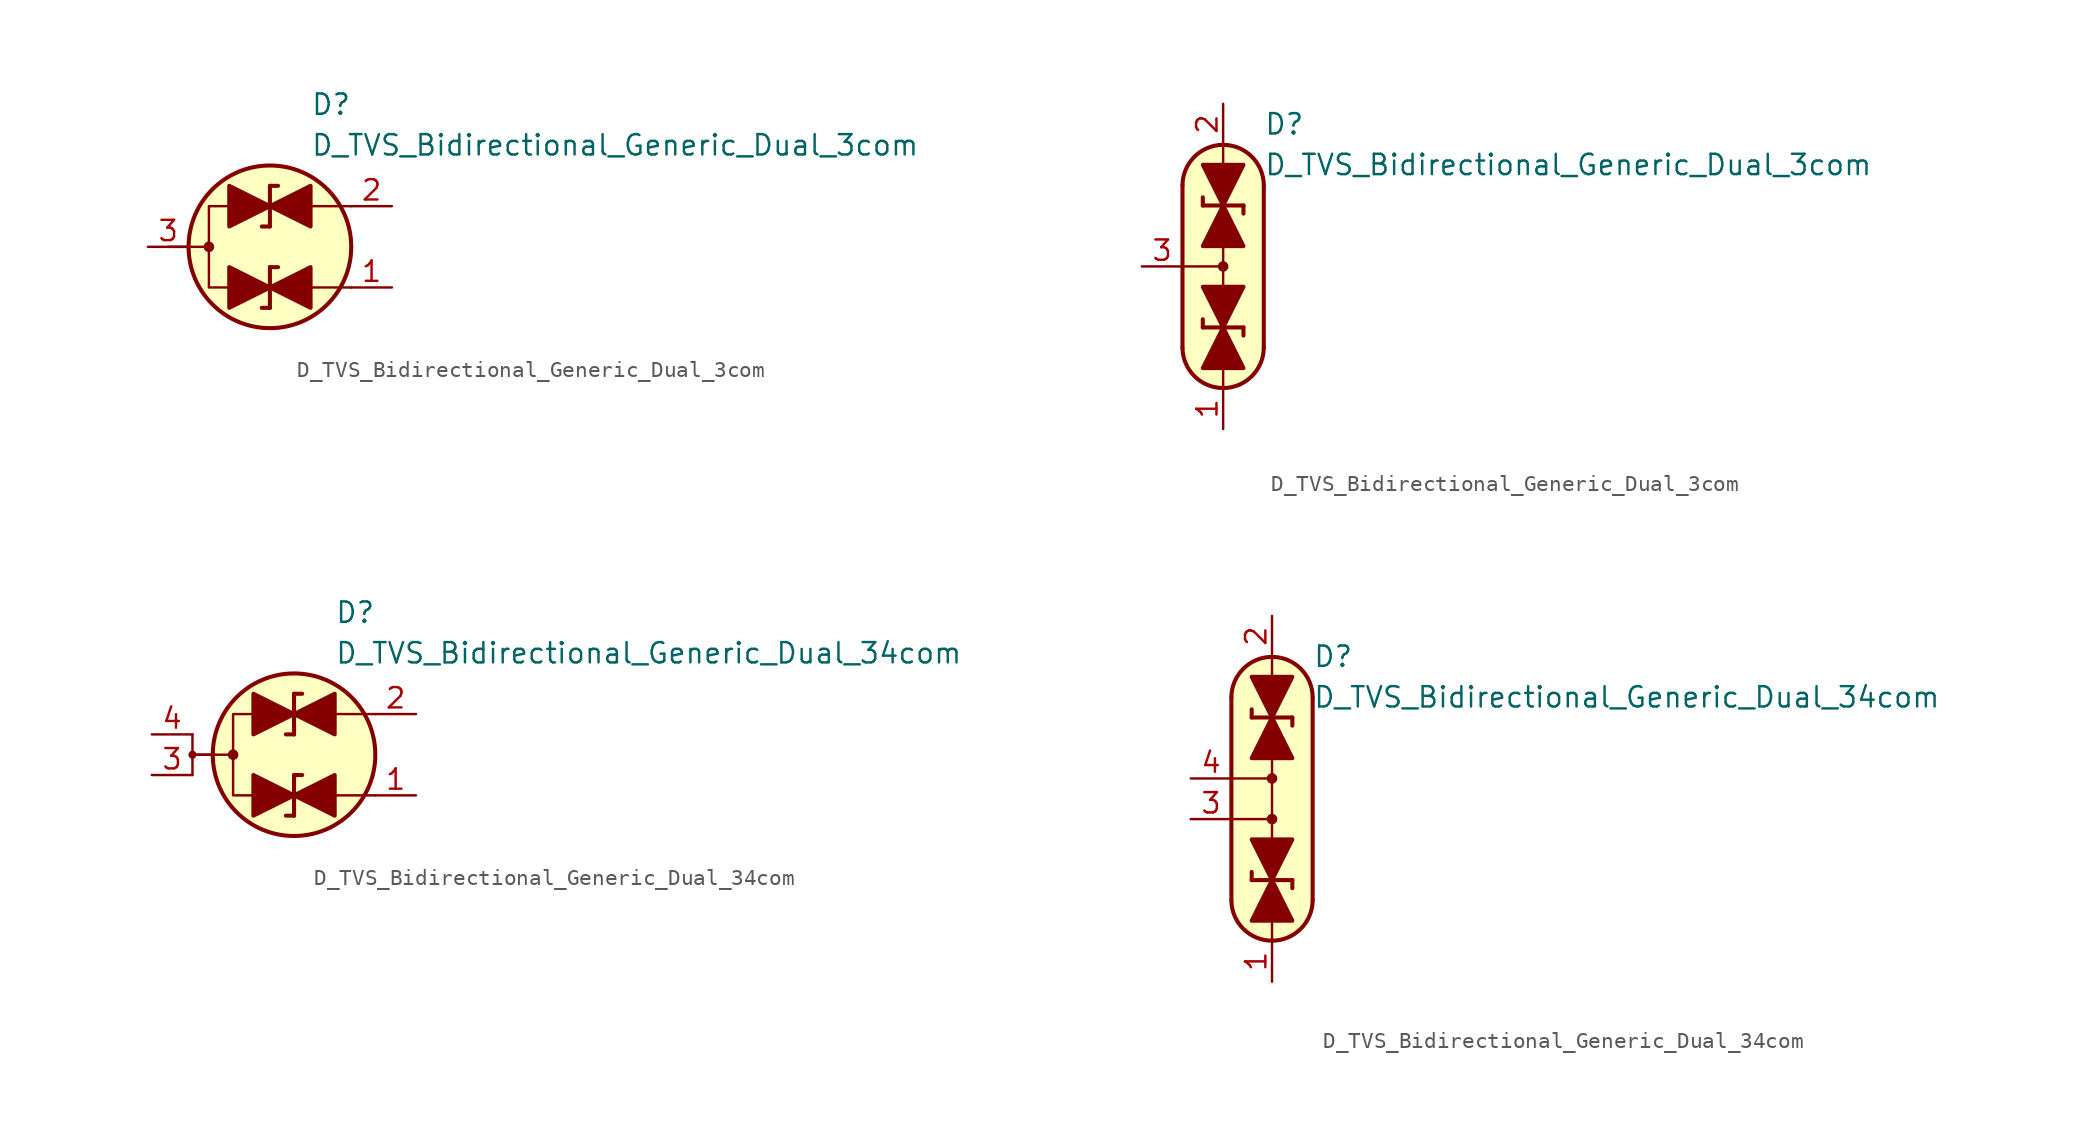
<source format=kicad_sym>
(kicad_symbol_lib
  (version 20231120)
  (generator "kicad_symbol_editor")
  (generator_version "8.0")
  (symbol "D_TVS_Bidirectional_Generic_Dual_3com"
    (pin_names
      (offset 1.016) hide)
    (property "Reference" "D"
      (at 2.54 8.89 0)
      (effects (font (size 1.27 1.27)) (justify left)))
    (property "Value" "D_TVS_Bidirectional_Generic_Dual_3com"
      (at 2.54 6.35 0)
      (effects (font (size 1.27 1.27)) (justify left)))
    (symbol "D_TVS_Bidirectional_Generic_Dual_3com_0_1"
      (circle (center -3.81 0) (radius 0.254) (stroke (width 0) (type default)) (fill (type outline)))
      (polyline (pts (xy -6.35 0) (xy -3.81 0)) (stroke (width 0) (type default)) (fill (type none)))
      (polyline (pts (xy 2.54 -2.54) (xy 5.08 -2.54)) (stroke (width 0) (type default)) (fill (type none)))
      (polyline (pts (xy 2.54 2.54) (xy 5.08 2.54)) (stroke (width 0) (type default)) (fill (type none)))
      (polyline (pts (xy -2.54 2.54) (xy -3.81 2.54) (xy -3.81 -2.54) (xy -2.54 -2.54)) (stroke (width 0) (type default)) (fill (type none)))
      (circle (center 0 0) (radius 5.08) (stroke (width 0.254) (type default)) (fill (type background))))
    (symbol "D_TVS_Bidirectional_Generic_Dual_3com_0_2"
      (arc (start -2.54 -5.08) (mid 0 -7.5976) (end 2.54 -5.08) (stroke (width 0.254) (type default)) (fill (type none)))
      (polyline (pts (xy -2.54 0) (xy 0 0)) (stroke (width 0) (type default)) (fill (type none)))
      (polyline (pts (xy -2.54 5.08) (xy -2.54 -5.08)) (stroke (width 0.254) (type default)) (fill (type none)))
      (polyline (pts (xy 0 -6.35) (xy 0 -7.62)) (stroke (width 0) (type default)) (fill (type none)))
      (polyline (pts (xy 0 1.27) (xy 0 -1.27)) (stroke (width 0) (type default)) (fill (type none)))
      (polyline (pts (xy 0 6.35) (xy 0 7.62)) (stroke (width 0) (type default)) (fill (type none)))
      (polyline (pts (xy 2.54 -5.08) (xy 2.54 5.08)) (stroke (width 0.254) (type default)) (fill (type none)))
      (polyline (pts (xy 0 -7.62) (xy -1.016 -7.366) (xy -1.778 -6.858) (xy -2.286 -6.096) (xy -2.54 -5.588) (xy -2.54 5.334) (xy -2.286 6.096) (xy -2.032 6.604) (xy -1.524 7.112) (xy -0.254 7.62) (xy 0.254 7.62) (xy 1.524 7.112) (xy 2.032 6.604) (xy 2.286 6.096) (xy 2.54 5.334) (xy 2.54 0.254) (xy 2.54 -5.334) (xy 2.286 -6.096) (xy 2.032 -6.604) (xy 1.524 -7.112) (xy 1.016 -7.366) (xy 0 -7.62)) (stroke (width 0.01) (type default)) (fill (type background)))
      (circle (center 0 0) (radius 0.254) (stroke (width 0) (type default)) (fill (type outline)))
      (arc (start 2.54 5.08) (mid 0 7.5976) (end -2.54 5.08) (stroke (width 0.254) (type default)) (fill (type none))))
    (symbol "D_TVS_Bidirectional_Generic_Dual_3com_1_1"
      (polyline (pts (xy -1.27 -2.54) (xy 1.27 -2.54)) (stroke (width 0) (type default)) (fill (type none)))
      (polyline (pts (xy -1.27 2.54) (xy 1.27 2.54)) (stroke (width 0) (type default)) (fill (type none)))
      (polyline (pts (xy 0 -3.81) (xy -0.508 -3.81)) (stroke (width 0.254) (type default)) (fill (type none)))
      (polyline (pts (xy 0 -3.81) (xy 0 -1.27)) (stroke (width 0.254) (type default)) (fill (type none)))
      (polyline (pts (xy 0 -1.27) (xy 0.508 -1.27)) (stroke (width 0.254) (type default)) (fill (type none)))
      (polyline (pts (xy 0 1.27) (xy -0.508 1.27)) (stroke (width 0.254) (type default)) (fill (type none)))
      (polyline (pts (xy 0 1.27) (xy 0 3.81)) (stroke (width 0.254) (type default)) (fill (type none)))
      (polyline (pts (xy 0 3.81) (xy 0.508 3.81)) (stroke (width 0.254) (type default)) (fill (type none)))
      (polyline (pts (xy -2.54 -3.81) (xy -2.54 -1.27) (xy 0 -2.54) (xy -2.54 -3.81)) (stroke (width 0.254) (type default)) (fill (type outline)))
      (polyline (pts (xy -2.54 1.27) (xy -2.54 3.81) (xy 0 2.54) (xy -2.54 1.27)) (stroke (width 0.254) (type default)) (fill (type outline)))
      (polyline (pts (xy 0 -2.54) (xy 2.54 -3.81) (xy 2.54 -1.27) (xy 0 -2.54)) (stroke (width 0.254) (type default)) (fill (type outline)))
      (polyline (pts (xy 0 2.54) (xy 2.54 1.27) (xy 2.54 3.81) (xy 0 2.54)) (stroke (width 0.254) (type default)) (fill (type outline)))
      (pin passive line (at 7.62 -2.54 180) (length 2.54) (name "A1" (effects (font (size 1.27 1.27)))) (number "1" (effects (font (size 1.27 1.27)))))
      (pin passive line (at 7.62 2.54 180) (length 2.54) (name "A2" (effects (font (size 1.27 1.27)))) (number "2" (effects (font (size 1.27 1.27)))))
      (pin passive line (at -7.62 0 0) (length 2.54) (name "Com" (effects (font (size 1.27 1.27)))) (number "3" (effects (font (size 1.27 1.27))))))
    (symbol "D_TVS_Bidirectional_Generic_Dual_3com_1_2"
      (polyline (pts (xy -1.27 -3.81) (xy -1.27 -3.302)) (stroke (width 0.254) (type default)) (fill (type none)))
      (polyline (pts (xy -1.27 3.81) (xy -1.27 4.318)) (stroke (width 0.254) (type default)) (fill (type none)))
      (polyline (pts (xy 1.27 -3.81) (xy -1.27 -3.81)) (stroke (width 0.254) (type default)) (fill (type none)))
      (polyline (pts (xy 1.27 -3.81) (xy 1.27 -4.318)) (stroke (width 0.254) (type default)) (fill (type none)))
      (polyline (pts (xy 1.27 3.81) (xy -1.27 3.81)) (stroke (width 0.254) (type default)) (fill (type none)))
      (polyline (pts (xy 1.27 3.81) (xy 1.27 3.302)) (stroke (width 0.254) (type default)) (fill (type none)))
      (polyline (pts (xy 0 -3.81) (xy 1.27 -1.27) (xy -1.27 -1.27) (xy 0 -3.81)) (stroke (width 0.254) (type default)) (fill (type outline)))
      (polyline (pts (xy 0 3.81) (xy 1.27 6.35) (xy -1.27 6.35) (xy 0 3.81)) (stroke (width 0.254) (type default)) (fill (type outline)))
      (polyline (pts (xy 1.27 -6.35) (xy -1.27 -6.35) (xy 0 -3.81) (xy 1.27 -6.35)) (stroke (width 0.254) (type default)) (fill (type outline)))
      (polyline (pts (xy 1.27 1.27) (xy -1.27 1.27) (xy 0 3.81) (xy 1.27 1.27)) (stroke (width 0.254) (type default)) (fill (type outline)))
      (pin passive line (at 0 -10.16 90) (length 2.54) (name "A1" (effects (font (size 1.27 1.27)))) (number "1" (effects (font (size 1.27 1.27)))))
      (pin passive line (at 0 10.16 270) (length 2.54) (name "A2" (effects (font (size 1.27 1.27)))) (number "2" (effects (font (size 1.27 1.27)))))
      (pin passive line (at -5.08 0 0) (length 2.54) (name "Com" (effects (font (size 1.27 1.27)))) (number "3" (effects (font (size 1.27 1.27)))))))
  (symbol "D_TVS_Bidirectional_Generic_Dual_34com"
    (pin_names
      (offset 1.016) hide)
    (property "Reference" "D"
      (at 2.54 8.89 0)
      (effects (font (size 1.27 1.27)) (justify left)))
    (property "Value" "D_TVS_Bidirectional_Generic_Dual_34com"
      (at 2.54 6.35 0)
      (effects (font (size 1.27 1.27)) (justify left)))
    (symbol "D_TVS_Bidirectional_Generic_Dual_34com_0_1"
      (circle (center -3.81 0) (radius 0.254) (stroke (width 0) (type default)) (fill (type outline)))
      (polyline (pts (xy -6.35 0) (xy -3.81 0)) (stroke (width 0) (type default)) (fill (type none)))
      (polyline (pts (xy -6.35 1.27) (xy -6.35 -1.27)) (stroke (width 0) (type default)) (fill (type none)))
      (polyline (pts (xy -5.08 0) (xy -6.35 0)) (stroke (width 0) (type default)) (fill (type none)))
      (polyline (pts (xy 2.54 -2.54) (xy 5.08 -2.54)) (stroke (width 0) (type default)) (fill (type none)))
      (polyline (pts (xy 2.54 2.54) (xy 5.08 2.54)) (stroke (width 0) (type default)) (fill (type none)))
      (polyline (pts (xy -2.54 2.54) (xy -3.81 2.54) (xy -3.81 -2.54) (xy -2.54 -2.54)) (stroke (width 0) (type default)) (fill (type none)))
      (circle (center 0 0) (radius 5.08) (stroke (width 0.254) (type default)) (fill (type background))))
    (symbol "D_TVS_Bidirectional_Generic_Dual_34com_0_2"
      (arc (start -2.54 -6.35) (mid 0 -8.8676) (end 2.54 -6.35) (stroke (width 0.254) (type default)) (fill (type none)))
      (circle (center 0 -1.27) (radius 0.254) (stroke (width 0) (type default)) (fill (type outline)))
      (polyline (pts (xy -2.54 -1.27) (xy 0 -1.27)) (stroke (width 0) (type default)) (fill (type none)))
      (polyline (pts (xy -2.54 1.27) (xy 0 1.27)) (stroke (width 0) (type default)) (fill (type none)))
      (polyline (pts (xy -2.54 6.35) (xy -2.54 -6.35)) (stroke (width 0.254) (type default)) (fill (type none)))
      (polyline (pts (xy 0 -7.62) (xy 0 -8.89)) (stroke (width 0) (type default)) (fill (type none)))
      (polyline (pts (xy 0 2.54) (xy 0 -2.54)) (stroke (width 0) (type default)) (fill (type none)))
      (polyline (pts (xy 0 7.62) (xy 0 8.89)) (stroke (width 0) (type default)) (fill (type none)))
      (polyline (pts (xy 2.54 -6.35) (xy 2.54 6.35)) (stroke (width 0.254) (type default)) (fill (type none)))
      (polyline (pts (xy 0 -8.89) (xy -1.016 -8.636) (xy -1.778 -8.128) (xy -2.286 -7.366) (xy -2.54 -6.858) (xy -2.54 6.604) (xy -2.286 7.366) (xy -2.032 7.874) (xy -1.524 8.382) (xy -0.254 8.89) (xy 0.254 8.89) (xy 1.016 8.636) (xy 1.778 8.128) (xy 2.286 7.366) (xy 2.54 6.604) (xy 2.54 -1.016) (xy 2.54 -6.604) (xy 2.286 -7.366) (xy 2.032 -7.874) (xy 1.524 -8.382) (xy 1.016 -8.636) (xy 0 -8.89)) (stroke (width 0.01) (type default)) (fill (type background)))
      (circle (center 0 1.27) (radius 0.254) (stroke (width 0) (type default)) (fill (type outline)))
      (arc (start 2.54 6.35) (mid 0 8.8676) (end -2.54 6.35) (stroke (width 0.254) (type default)) (fill (type none))))
    (symbol "D_TVS_Bidirectional_Generic_Dual_34com_1_1"
      (circle (center -6.35 0) (radius 0.178) (stroke (width 0) (type default)) (fill (type outline)))
      (polyline (pts (xy -1.27 -2.54) (xy 1.27 -2.54)) (stroke (width 0) (type default)) (fill (type none)))
      (polyline (pts (xy -1.27 2.54) (xy 1.27 2.54)) (stroke (width 0) (type default)) (fill (type none)))
      (polyline (pts (xy 0 -3.81) (xy -0.508 -3.81)) (stroke (width 0.254) (type default)) (fill (type none)))
      (polyline (pts (xy 0 -3.81) (xy 0 -1.27)) (stroke (width 0.254) (type default)) (fill (type none)))
      (polyline (pts (xy 0 -1.27) (xy 0.508 -1.27)) (stroke (width 0.254) (type default)) (fill (type none)))
      (polyline (pts (xy 0 1.27) (xy -0.508 1.27)) (stroke (width 0.254) (type default)) (fill (type none)))
      (polyline (pts (xy 0 1.27) (xy 0 3.81)) (stroke (width 0.254) (type default)) (fill (type none)))
      (polyline (pts (xy 0 3.81) (xy 0.508 3.81)) (stroke (width 0.254) (type default)) (fill (type none)))
      (polyline (pts (xy -2.54 -3.81) (xy -2.54 -1.27) (xy 0 -2.54) (xy -2.54 -3.81)) (stroke (width 0.254) (type default)) (fill (type outline)))
      (polyline (pts (xy -2.54 1.27) (xy -2.54 3.81) (xy 0 2.54) (xy -2.54 1.27)) (stroke (width 0.254) (type default)) (fill (type outline)))
      (polyline (pts (xy 0 -2.54) (xy 2.54 -3.81) (xy 2.54 -1.27) (xy 0 -2.54)) (stroke (width 0.254) (type default)) (fill (type outline)))
      (polyline (pts (xy 0 2.54) (xy 2.54 1.27) (xy 2.54 3.81) (xy 0 2.54)) (stroke (width 0.254) (type default)) (fill (type outline)))
      (pin passive line (at 7.62 -2.54 180) (length 2.54) (name "A1" (effects (font (size 1.27 1.27)))) (number "1" (effects (font (size 1.27 1.27)))))
      (pin passive line (at 7.62 2.54 180) (length 2.54) (name "A2" (effects (font (size 1.27 1.27)))) (number "2" (effects (font (size 1.27 1.27)))))
      (pin passive line (at -8.89 -1.27 0) (length 2.54) (name "Com" (effects (font (size 1.27 1.27)))) (number "3" (effects (font (size 1.27 1.27)))))
      (pin passive line (at -8.89 1.27 0) (length 2.54) (name "Com" (effects (font (size 1.27 1.27)))) (number "4" (effects (font (size 1.27 1.27))))))
    (symbol "D_TVS_Bidirectional_Generic_Dual_34com_1_2"
      (polyline (pts (xy -1.27 -5.08) (xy -1.27 -4.572)) (stroke (width 0.254) (type default)) (fill (type none)))
      (polyline (pts (xy -1.27 5.08) (xy -1.27 5.588)) (stroke (width 0.254) (type default)) (fill (type none)))
      (polyline (pts (xy 1.27 -5.08) (xy -1.27 -5.08)) (stroke (width 0.254) (type default)) (fill (type none)))
      (polyline (pts (xy 1.27 -5.08) (xy 1.27 -5.588)) (stroke (width 0.254) (type default)) (fill (type none)))
      (polyline (pts (xy 1.27 5.08) (xy -1.27 5.08)) (stroke (width 0.254) (type default)) (fill (type none)))
      (polyline (pts (xy 1.27 5.08) (xy 1.27 4.572)) (stroke (width 0.254) (type default)) (fill (type none)))
      (polyline (pts (xy 0 -5.08) (xy 1.27 -2.54) (xy -1.27 -2.54) (xy 0 -5.08)) (stroke (width 0.254) (type default)) (fill (type outline)))
      (polyline (pts (xy 0 5.08) (xy 1.27 7.62) (xy -1.27 7.62) (xy 0 5.08)) (stroke (width 0.254) (type default)) (fill (type outline)))
      (polyline (pts (xy 1.27 -7.62) (xy -1.27 -7.62) (xy 0 -5.08) (xy 1.27 -7.62)) (stroke (width 0.254) (type default)) (fill (type outline)))
      (polyline (pts (xy 1.27 2.54) (xy -1.27 2.54) (xy 0 5.08) (xy 1.27 2.54)) (stroke (width 0.254) (type default)) (fill (type outline)))
      (pin passive line (at 0 -11.43 90) (length 2.54) (name "A1" (effects (font (size 1.27 1.27)))) (number "1" (effects (font (size 1.27 1.27)))))
      (pin passive line (at 0 11.43 270) (length 2.54) (name "A2" (effects (font (size 1.27 1.27)))) (number "2" (effects (font (size 1.27 1.27)))))
      (pin passive line (at -5.08 -1.27 0) (length 2.54) (name "Com" (effects (font (size 1.27 1.27)))) (number "3" (effects (font (size 1.27 1.27)))))
      (pin passive line (at -5.08 1.27 0) (length 2.54) (name "Com" (effects (font (size 1.27 1.27)))) (number "4" (effects (font (size 1.27 1.27))))))))
</source>
